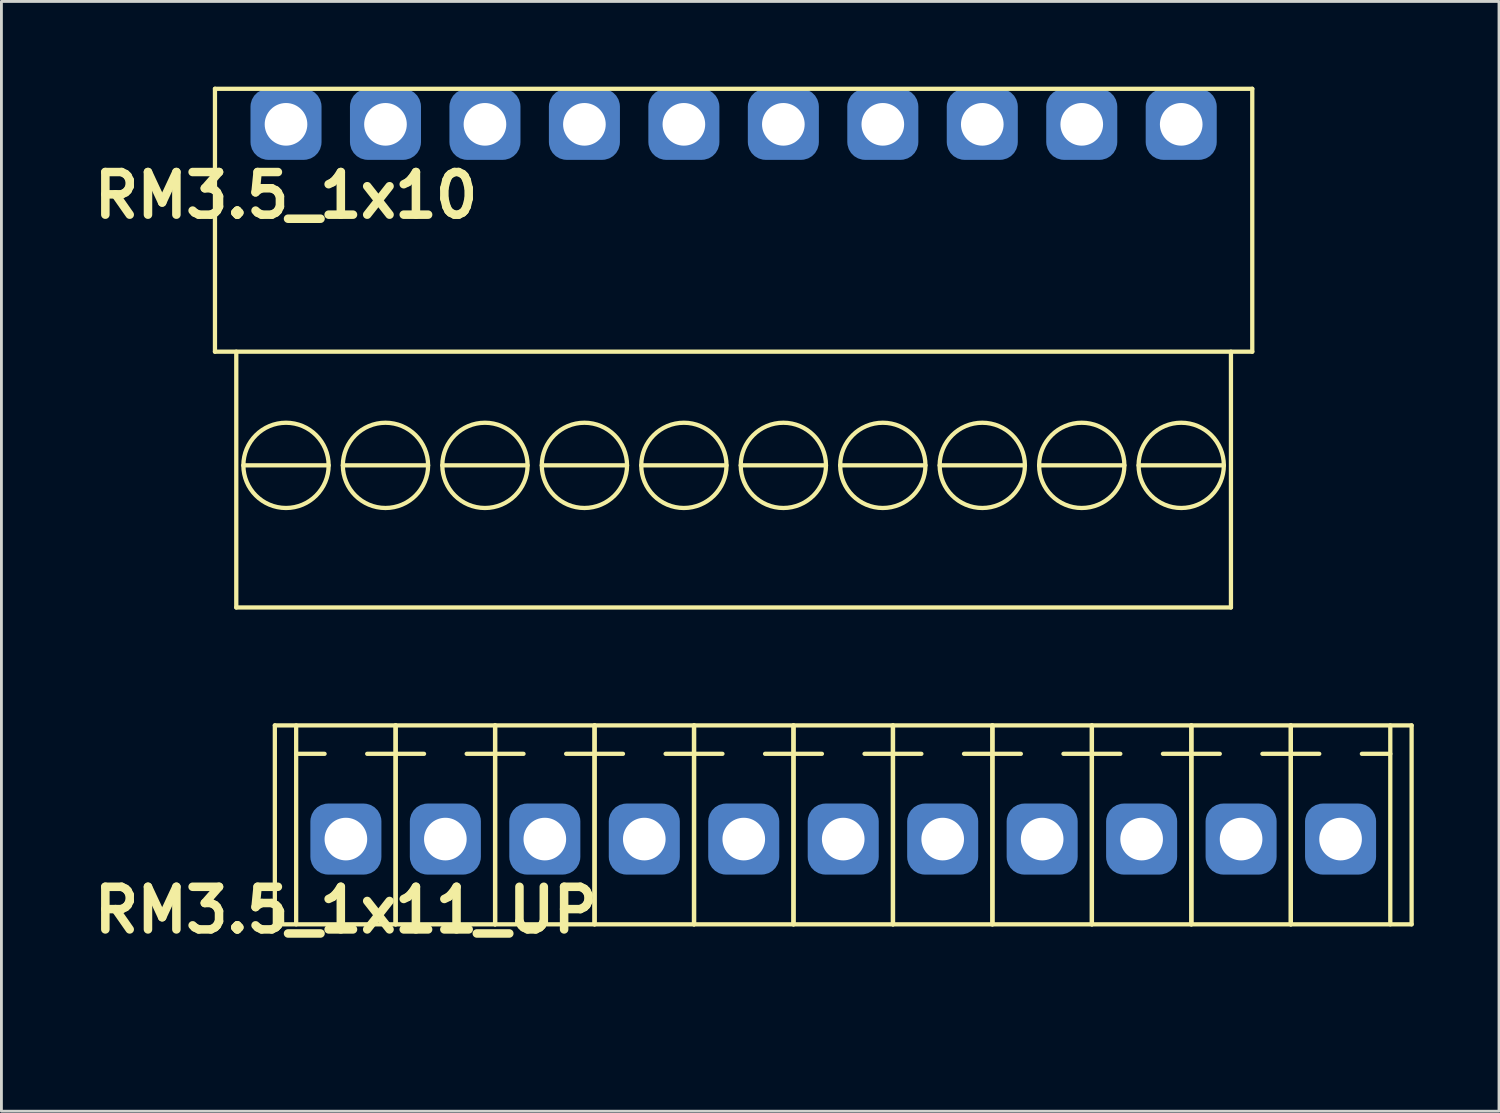
<source format=kicad_pcb>
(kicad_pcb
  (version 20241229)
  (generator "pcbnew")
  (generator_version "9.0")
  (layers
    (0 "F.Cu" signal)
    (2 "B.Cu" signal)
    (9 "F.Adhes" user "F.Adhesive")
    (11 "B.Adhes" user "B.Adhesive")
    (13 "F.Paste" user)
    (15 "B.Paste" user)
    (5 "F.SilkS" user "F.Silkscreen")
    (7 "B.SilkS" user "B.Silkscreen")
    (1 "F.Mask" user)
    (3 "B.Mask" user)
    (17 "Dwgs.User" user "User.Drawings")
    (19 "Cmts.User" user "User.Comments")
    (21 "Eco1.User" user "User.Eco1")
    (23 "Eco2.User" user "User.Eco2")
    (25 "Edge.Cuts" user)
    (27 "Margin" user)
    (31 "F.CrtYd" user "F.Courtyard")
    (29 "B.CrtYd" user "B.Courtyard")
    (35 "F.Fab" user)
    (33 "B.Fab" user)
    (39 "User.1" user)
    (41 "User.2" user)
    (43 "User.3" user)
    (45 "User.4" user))
  (footprint "RM3.5_1x10"
    (layer "F.Cu")
    (at 7.014 1.325)
    (property "Reference" "RM3.5_1x10" (at 0 2.5 0) (layer "F.SilkS") (effects (font (size 1.5 1.5) (thickness 0.3))))
    (attr through_hole)
    (fp_line (start -2.5 -1.25) (end -2.5 8) (stroke (width 0.15) (type solid)) (layer "F.SilkS"))
    (fp_line (start -2.5 8) (end 34 8) (stroke (width 0.15) (type solid)) (layer "F.SilkS"))
    (fp_line (start -1.75 17) (end -1.75 8) (stroke (width 0.15) (type solid)) (layer "F.SilkS"))
    (fp_line (start -1.75 17) (end 33.25 17) (stroke (width 0.15) (type solid)) (layer "F.SilkS"))
    (fp_line (start -1.5 12) (end 1.5 12) (stroke (width 0.15) (type solid)) (layer "F.SilkS"))
    (fp_line (start 2 12) (end 5 12) (stroke (width 0.15) (type solid)) (layer "F.SilkS"))
    (fp_line (start 5.5 12) (end 8.5 12) (stroke (width 0.15) (type solid)) (layer "F.SilkS"))
    (fp_line (start 9 12) (end 12 12) (stroke (width 0.15) (type solid)) (layer "F.SilkS"))
    (fp_line (start 12.5 12) (end 15.5 12) (stroke (width 0.15) (type solid)) (layer "F.SilkS"))
    (fp_line (start 16 12) (end 19 12) (stroke (width 0.15) (type solid)) (layer "F.SilkS"))
    (fp_line (start 19.5 12) (end 22.5 12) (stroke (width 0.15) (type solid)) (layer "F.SilkS"))
    (fp_line (start 23 12) (end 26 12) (stroke (width 0.15) (type solid)) (layer "F.SilkS"))
    (fp_line (start 26.5 12) (end 29.5 12) (stroke (width 0.15) (type solid)) (layer "F.SilkS"))
    (fp_line (start 30 12) (end 33 12) (stroke (width 0.15) (type solid)) (layer "F.SilkS"))
    (fp_line (start 33.25 17) (end 33.25 8) (stroke (width 0.15) (type solid)) (layer "F.SilkS"))
    (fp_line (start 34 -1.25) (end -2.5 -1.25) (stroke (width 0.15) (type solid)) (layer "F.SilkS"))
    (fp_line (start 34 8) (end 34 -1.25) (stroke (width 0.15) (type solid)) (layer "F.SilkS"))
    (fp_circle (center 0 12) (end 0 10.5) (stroke (width 0.15) (type solid)) (fill no) (layer "F.SilkS"))
    (fp_circle (center 3.5 12) (end 3.5 10.5) (stroke (width 0.15) (type solid)) (fill no) (layer "F.SilkS"))
    (fp_circle (center 7 12) (end 7 10.5) (stroke (width 0.15) (type solid)) (fill no) (layer "F.SilkS"))
    (fp_circle (center 10.5 12) (end 10.5 10.5) (stroke (width 0.15) (type solid)) (fill no) (layer "F.SilkS"))
    (fp_circle (center 14 12) (end 14 10.5) (stroke (width 0.15) (type solid)) (fill no) (layer "F.SilkS"))
    (fp_circle (center 17.5 12) (end 17.5 10.5) (stroke (width 0.15) (type solid)) (fill no) (layer "F.SilkS"))
    (fp_circle (center 21 12) (end 21 10.5) (stroke (width 0.15) (type solid)) (fill no) (layer "F.SilkS"))
    (fp_circle (center 24.5 12) (end 24.5 10.5) (stroke (width 0.15) (type solid)) (fill no) (layer "F.SilkS"))
    (fp_circle (center 28 12) (end 28 10.5) (stroke (width 0.15) (type solid)) (fill no) (layer "F.SilkS"))
    (fp_circle (center 31.5 12) (end 31.5 10.5) (stroke (width 0.15) (type solid)) (fill no) (layer "F.SilkS"))
    (pad "1" thru_hole circle (at 0 0) (size 1.8 1.8) (drill 1.5) (layers "*.Cu" "*.Mask"))
    (pad "1" smd roundrect (at 0 0) (size 2.5 2.5) (layers "B.Cu" "B.Mask") (roundrect_rratio 0.25))
    (pad "2" thru_hole circle (at 3.5 0) (size 1.8 1.8) (drill 1.5) (layers "*.Cu" "*.Mask"))
    (pad "2" smd roundrect (at 3.5 0) (size 2.5 2.5) (layers "B.Cu" "B.Mask") (roundrect_rratio 0.25))
    (pad "3" thru_hole circle (at 7 0) (size 1.8 1.8) (drill 1.5) (layers "*.Cu" "*.Mask"))
    (pad "3" smd roundrect (at 7 0) (size 2.5 2.5) (layers "B.Cu" "B.Mask") (roundrect_rratio 0.25))
    (pad "4" thru_hole circle (at 10.5 0) (size 1.8 1.8) (drill 1.5) (layers "*.Cu" "*.Mask"))
    (pad "4" smd roundrect (at 10.5 0) (size 2.5 2.5) (layers "B.Cu" "B.Mask") (roundrect_rratio 0.25))
    (pad "5" thru_hole circle (at 14 0) (size 1.8 1.8) (drill 1.5) (layers "*.Cu" "*.Mask"))
    (pad "5" smd roundrect (at 14 0) (size 2.5 2.5) (layers "B.Cu" "B.Mask") (roundrect_rratio 0.25))
    (pad "6" thru_hole circle (at 17.5 0) (size 1.8 1.8) (drill 1.5) (layers "*.Cu" "*.Mask"))
    (pad "6" smd roundrect (at 17.5 0) (size 2.5 2.5) (layers "B.Cu" "B.Mask") (roundrect_rratio 0.25))
    (pad "7" thru_hole circle (at 21 0) (size 1.8 1.8) (drill 1.5) (layers "*.Cu" "*.Mask"))
    (pad "7" smd roundrect (at 21 0) (size 2.5 2.5) (layers "B.Cu" "B.Mask") (roundrect_rratio 0.25))
    (pad "8" thru_hole circle (at 24.5 0) (size 1.8 1.8) (drill 1.5) (layers "*.Cu" "*.Mask"))
    (pad "8" smd roundrect (at 24.5 0) (size 2.5 2.5) (layers "B.Cu" "B.Mask") (roundrect_rratio 0.25))
    (pad "9" thru_hole circle (at 28 0) (size 1.8 1.8) (drill 1.5) (layers "*.Cu" "*.Mask"))
    (pad "9" smd roundrect (at 28 0) (size 2.5 2.5) (layers "B.Cu" "B.Mask") (roundrect_rratio 0.25))
    (pad "10" thru_hole circle (at 31.5 0) (size 1.8 1.8) (drill 1.5) (layers "*.Cu" "*.Mask"))
    (pad "10" smd roundrect (at 31.5 0) (size 2.5 2.5) (layers "B.Cu" "B.Mask") (roundrect_rratio 0.25)))
  (footprint "RM3.5_1x11_UP"
    (layer "F.Cu")
    (at 9.121 26.475)
    (property "Reference" "RM3.5_1x11_UP" (at 0 2.5 0) (layer "F.SilkS") (effects (font (size 1.5 1.5) (thickness 0.3))))
    (attr through_hole)
    (fp_line (start -2.5 -4) (end -2.5 3) (stroke (width 0.15) (type solid)) (layer "F.SilkS"))
    (fp_line (start -2.5 -4) (end 37.5 -4) (stroke (width 0.15) (type solid)) (layer "F.SilkS"))
    (fp_line (start -2.5 3) (end 37.5 3) (stroke (width 0.15) (type solid)) (layer "F.SilkS"))
    (fp_line (start -1.75 -3) (end -0.75 -3) (stroke (width 0.15) (type solid)) (layer "F.SilkS"))
    (fp_line (start -1.75 3) (end -1.75 -4) (stroke (width 0.15) (type solid)) (layer "F.SilkS"))
    (fp_line (start 1.75 -3) (end 0.75 -3) (stroke (width 0.15) (type solid)) (layer "F.SilkS"))
    (fp_line (start 1.75 -3) (end 2.75 -3) (stroke (width 0.15) (type solid)) (layer "F.SilkS"))
    (fp_line (start 1.75 3) (end 1.75 -4) (stroke (width 0.15) (type solid)) (layer "F.SilkS"))
    (fp_line (start 1.75 3) (end 1.75 -4) (stroke (width 0.15) (type solid)) (layer "F.SilkS"))
    (fp_line (start 5.25 -3) (end 4.25 -3) (stroke (width 0.15) (type solid)) (layer "F.SilkS"))
    (fp_line (start 5.25 -3) (end 6.25 -3) (stroke (width 0.15) (type solid)) (layer "F.SilkS"))
    (fp_line (start 5.25 3) (end 5.25 -4) (stroke (width 0.15) (type solid)) (layer "F.SilkS"))
    (fp_line (start 5.25 3) (end 5.25 -4) (stroke (width 0.15) (type solid)) (layer "F.SilkS"))
    (fp_line (start 8.75 -3) (end 7.75 -3) (stroke (width 0.15) (type solid)) (layer "F.SilkS"))
    (fp_line (start 8.75 -3) (end 9.75 -3) (stroke (width 0.15) (type solid)) (layer "F.SilkS"))
    (fp_line (start 8.75 3) (end 8.75 -4) (stroke (width 0.15) (type solid)) (layer "F.SilkS"))
    (fp_line (start 8.75 3) (end 8.75 -4) (stroke (width 0.15) (type solid)) (layer "F.SilkS"))
    (fp_line (start 12.25 -3) (end 11.25 -3) (stroke (width 0.15) (type solid)) (layer "F.SilkS"))
    (fp_line (start 12.25 -3) (end 13.25 -3) (stroke (width 0.15) (type solid)) (layer "F.SilkS"))
    (fp_line (start 12.25 3) (end 12.25 -4) (stroke (width 0.15) (type solid)) (layer "F.SilkS"))
    (fp_line (start 12.25 3) (end 12.25 -4) (stroke (width 0.15) (type solid)) (layer "F.SilkS"))
    (fp_line (start 15.75 -3) (end 14.75 -3) (stroke (width 0.15) (type solid)) (layer "F.SilkS"))
    (fp_line (start 15.75 -3) (end 16.75 -3) (stroke (width 0.15) (type solid)) (layer "F.SilkS"))
    (fp_line (start 15.75 3) (end 15.75 -4) (stroke (width 0.15) (type solid)) (layer "F.SilkS"))
    (fp_line (start 15.75 3) (end 15.75 -4) (stroke (width 0.15) (type solid)) (layer "F.SilkS"))
    (fp_line (start 19.25 -3) (end 18.25 -3) (stroke (width 0.15) (type solid)) (layer "F.SilkS"))
    (fp_line (start 19.25 -3) (end 20.25 -3) (stroke (width 0.15) (type solid)) (layer "F.SilkS"))
    (fp_line (start 19.25 3) (end 19.25 -4) (stroke (width 0.15) (type solid)) (layer "F.SilkS"))
    (fp_line (start 19.25 3) (end 19.25 -4) (stroke (width 0.15) (type solid)) (layer "F.SilkS"))
    (fp_line (start 22.75 -3) (end 21.75 -3) (stroke (width 0.15) (type solid)) (layer "F.SilkS"))
    (fp_line (start 22.75 -3) (end 23.75 -3) (stroke (width 0.15) (type solid)) (layer "F.SilkS"))
    (fp_line (start 22.75 3) (end 22.75 -4) (stroke (width 0.15) (type solid)) (layer "F.SilkS"))
    (fp_line (start 22.75 3) (end 22.75 -4) (stroke (width 0.15) (type solid)) (layer "F.SilkS"))
    (fp_line (start 26.25 -3) (end 25.25 -3) (stroke (width 0.15) (type solid)) (layer "F.SilkS"))
    (fp_line (start 26.25 -3) (end 27.25 -3) (stroke (width 0.15) (type solid)) (layer "F.SilkS"))
    (fp_line (start 26.25 3) (end 26.25 -4) (stroke (width 0.15) (type solid)) (layer "F.SilkS"))
    (fp_line (start 26.25 3) (end 26.25 -4) (stroke (width 0.15) (type solid)) (layer "F.SilkS"))
    (fp_line (start 29.75 -3) (end 28.75 -3) (stroke (width 0.15) (type solid)) (layer "F.SilkS"))
    (fp_line (start 29.75 -3) (end 30.75 -3) (stroke (width 0.15) (type solid)) (layer "F.SilkS"))
    (fp_line (start 29.75 3) (end 29.75 -4) (stroke (width 0.15) (type solid)) (layer "F.SilkS"))
    (fp_line (start 29.75 3) (end 29.75 -4) (stroke (width 0.15) (type solid)) (layer "F.SilkS"))
    (fp_line (start 33.25 -3) (end 32.25 -3) (stroke (width 0.15) (type solid)) (layer "F.SilkS"))
    (fp_line (start 33.25 -3) (end 34.25 -3) (stroke (width 0.15) (type solid)) (layer "F.SilkS"))
    (fp_line (start 33.25 3) (end 33.25 -4) (stroke (width 0.15) (type solid)) (layer "F.SilkS"))
    (fp_line (start 33.25 3) (end 33.25 -4) (stroke (width 0.15) (type solid)) (layer "F.SilkS"))
    (fp_line (start 36.75 -3) (end 35.75 -3) (stroke (width 0.15) (type solid)) (layer "F.SilkS"))
    (fp_line (start 36.75 3) (end 36.75 -4) (stroke (width 0.15) (type solid)) (layer "F.SilkS"))
    (fp_line (start 37.5 -4) (end 37.5 3) (stroke (width 0.15) (type solid)) (layer "F.SilkS"))
    (fp_line (start -1.75 -5) (end 36.75 -5) (stroke (width 0.15) (type solid)) (layer "Margin"))
    (fp_line (start -1.75 6.5) (end -1.75 -5) (stroke (width 0.15) (type solid)) (layer "Margin"))
    (fp_line (start -1.75 6.5) (end 36.75 6.5) (stroke (width 0.15) (type solid)) (layer "Margin"))
    (fp_line (start -1 1.5) (end 1 1.5) (stroke (width 0.15) (type solid)) (layer "Margin"))
    (fp_line (start -1 4) (end -1 1.5) (stroke (width 0.15) (type solid)) (layer "Margin"))
    (fp_line (start -1 4) (end 1 4) (stroke (width 0.15) (type solid)) (layer "Margin"))
    (fp_line (start 1 4) (end 1 1.5) (stroke (width 0.15) (type solid)) (layer "Margin"))
    (fp_line (start 2.5 1.5) (end 4.5 1.5) (stroke (width 0.15) (type solid)) (layer "Margin"))
    (fp_line (start 2.5 4) (end 2.5 1.5) (stroke (width 0.15) (type solid)) (layer "Margin"))
    (fp_line (start 2.5 4) (end 4.5 4) (stroke (width 0.15) (type solid)) (layer "Margin"))
    (fp_line (start 4.5 4) (end 4.5 1.5) (stroke (width 0.15) (type solid)) (layer "Margin"))
    (fp_line (start 6 1.5) (end 8 1.5) (stroke (width 0.15) (type solid)) (layer "Margin"))
    (fp_line (start 6 4) (end 6 1.5) (stroke (width 0.15) (type solid)) (layer "Margin"))
    (fp_line (start 6 4) (end 8 4) (stroke (width 0.15) (type solid)) (layer "Margin"))
    (fp_line (start 8 4) (end 8 1.5) (stroke (width 0.15) (type solid)) (layer "Margin"))
    (fp_line (start 9.5 1.5) (end 11.5 1.5) (stroke (width 0.15) (type solid)) (layer "Margin"))
    (fp_line (start 9.5 4) (end 9.5 1.5) (stroke (width 0.15) (type solid)) (layer "Margin"))
    (fp_line (start 9.5 4) (end 11.5 4) (stroke (width 0.15) (type solid)) (layer "Margin"))
    (fp_line (start 11.5 4) (end 11.5 1.5) (stroke (width 0.15) (type solid)) (layer "Margin"))
    (fp_line (start 13 1.5) (end 15 1.5) (stroke (width 0.15) (type solid)) (layer "Margin"))
    (fp_line (start 13 4) (end 13 1.5) (stroke (width 0.15) (type solid)) (layer "Margin"))
    (fp_line (start 13 4) (end 15 4) (stroke (width 0.15) (type solid)) (layer "Margin"))
    (fp_line (start 15 4) (end 15 1.5) (stroke (width 0.15) (type solid)) (layer "Margin"))
    (fp_line (start 16.5 1.5) (end 18.5 1.5) (stroke (width 0.15) (type solid)) (layer "Margin"))
    (fp_line (start 16.5 4) (end 16.5 1.5) (stroke (width 0.15) (type solid)) (layer "Margin"))
    (fp_line (start 16.5 4) (end 18.5 4) (stroke (width 0.15) (type solid)) (layer "Margin"))
    (fp_line (start 18.5 4) (end 18.5 1.5) (stroke (width 0.15) (type solid)) (layer "Margin"))
    (fp_line (start 20 1.5) (end 22 1.5) (stroke (width 0.15) (type solid)) (layer "Margin"))
    (fp_line (start 20 4) (end 20 1.5) (stroke (width 0.15) (type solid)) (layer "Margin"))
    (fp_line (start 20 4) (end 22 4) (stroke (width 0.15) (type solid)) (layer "Margin"))
    (fp_line (start 22 4) (end 22 1.5) (stroke (width 0.15) (type solid)) (layer "Margin"))
    (fp_line (start 23.5 1.5) (end 25.5 1.5) (stroke (width 0.15) (type solid)) (layer "Margin"))
    (fp_line (start 23.5 4) (end 23.5 1.5) (stroke (width 0.15) (type solid)) (layer "Margin"))
    (fp_line (start 23.5 4) (end 25.5 4) (stroke (width 0.15) (type solid)) (layer "Margin"))
    (fp_line (start 25.5 4) (end 25.5 1.5) (stroke (width 0.15) (type solid)) (layer "Margin"))
    (fp_line (start 27 1.5) (end 29 1.5) (stroke (width 0.15) (type solid)) (layer "Margin"))
    (fp_line (start 27 4) (end 27 1.5) (stroke (width 0.15) (type solid)) (layer "Margin"))
    (fp_line (start 27 4) (end 29 4) (stroke (width 0.15) (type solid)) (layer "Margin"))
    (fp_line (start 29 4) (end 29 1.5) (stroke (width 0.15) (type solid)) (layer "Margin"))
    (fp_line (start 30.5 1.5) (end 32.5 1.5) (stroke (width 0.15) (type solid)) (layer "Margin"))
    (fp_line (start 30.5 4) (end 30.5 1.5) (stroke (width 0.15) (type solid)) (layer "Margin"))
    (fp_line (start 30.5 4) (end 32.5 4) (stroke (width 0.15) (type solid)) (layer "Margin"))
    (fp_line (start 32.5 4) (end 32.5 1.5) (stroke (width 0.15) (type solid)) (layer "Margin"))
    (fp_line (start 34 1.5) (end 36 1.5) (stroke (width 0.15) (type solid)) (layer "Margin"))
    (fp_line (start 34 4) (end 34 1.5) (stroke (width 0.15) (type solid)) (layer "Margin"))
    (fp_line (start 34 4) (end 36 4) (stroke (width 0.15) (type solid)) (layer "Margin"))
    (fp_line (start 36 4) (end 36 1.5) (stroke (width 0.15) (type solid)) (layer "Margin"))
    (fp_line (start 36.75 6.5) (end 36.75 -5) (stroke (width 0.15) (type solid)) (layer "Margin"))
    (pad "1" thru_hole circle (at 0 0) (size 1.8 1.8) (drill 1.5) (layers "*.Cu" "*.Mask"))
    (pad "1" smd roundrect (at 0 0) (size 2.5 2.5) (layers "B.Cu" "B.Mask") (roundrect_rratio 0.25))
    (pad "2" thru_hole circle (at 3.5 0) (size 1.8 1.8) (drill 1.5) (layers "*.Cu" "*.Mask"))
    (pad "2" smd roundrect (at 3.5 0) (size 2.5 2.5) (layers "B.Cu" "B.Mask") (roundrect_rratio 0.25))
    (pad "3" thru_hole circle (at 7 0) (size 1.8 1.8) (drill 1.5) (layers "*.Cu" "*.Mask"))
    (pad "3" smd roundrect (at 7 0) (size 2.5 2.5) (layers "B.Cu" "B.Mask") (roundrect_rratio 0.25))
    (pad "4" thru_hole circle (at 10.5 0) (size 1.8 1.8) (drill 1.5) (layers "*.Cu" "*.Mask"))
    (pad "4" smd roundrect (at 10.5 0) (size 2.5 2.5) (layers "B.Cu" "B.Mask") (roundrect_rratio 0.25))
    (pad "5" thru_hole circle (at 14 0) (size 1.8 1.8) (drill 1.5) (layers "*.Cu" "*.Mask"))
    (pad "5" smd roundrect (at 14 0) (size 2.5 2.5) (layers "B.Cu" "B.Mask") (roundrect_rratio 0.25))
    (pad "6" thru_hole circle (at 17.5 0) (size 1.8 1.8) (drill 1.5) (layers "*.Cu" "*.Mask"))
    (pad "6" smd roundrect (at 17.5 0) (size 2.5 2.5) (layers "B.Cu" "B.Mask") (roundrect_rratio 0.25))
    (pad "7" thru_hole circle (at 21 0) (size 1.8 1.8) (drill 1.5) (layers "*.Cu" "*.Mask"))
    (pad "7" smd roundrect (at 21 0) (size 2.5 2.5) (layers "B.Cu" "B.Mask") (roundrect_rratio 0.25))
    (pad "8" thru_hole circle (at 24.5 0) (size 1.8 1.8) (drill 1.5) (layers "*.Cu" "*.Mask"))
    (pad "8" smd roundrect (at 24.5 0) (size 2.5 2.5) (layers "B.Cu" "B.Mask") (roundrect_rratio 0.25))
    (pad "9" thru_hole circle (at 28 0) (size 1.8 1.8) (drill 1.5) (layers "*.Cu" "*.Mask"))
    (pad "9" smd roundrect (at 28 0) (size 2.5 2.5) (layers "B.Cu" "B.Mask") (roundrect_rratio 0.25))
    (pad "10" thru_hole circle (at 31.5 0) (size 1.8 1.8) (drill 1.5) (layers "*.Cu" "*.Mask"))
    (pad "10" smd roundrect (at 31.5 0) (size 2.5 2.5) (layers "B.Cu" "B.Mask") (roundrect_rratio 0.25))
    (pad "11" thru_hole circle (at 35 0) (size 1.8 1.8) (drill 1.5) (layers "*.Cu" "*.Mask"))
    (pad "11" smd roundrect (at 35 0) (size 2.5 2.5) (layers "B.Cu" "B.Mask") (roundrect_rratio 0.25)))
  (gr_rect
    (start -3 -3)
    (end 49.696 36.05)
    (stroke (width 0.1) (type default))
    (fill no)
    (layer "Edge.Cuts")))
</source>
